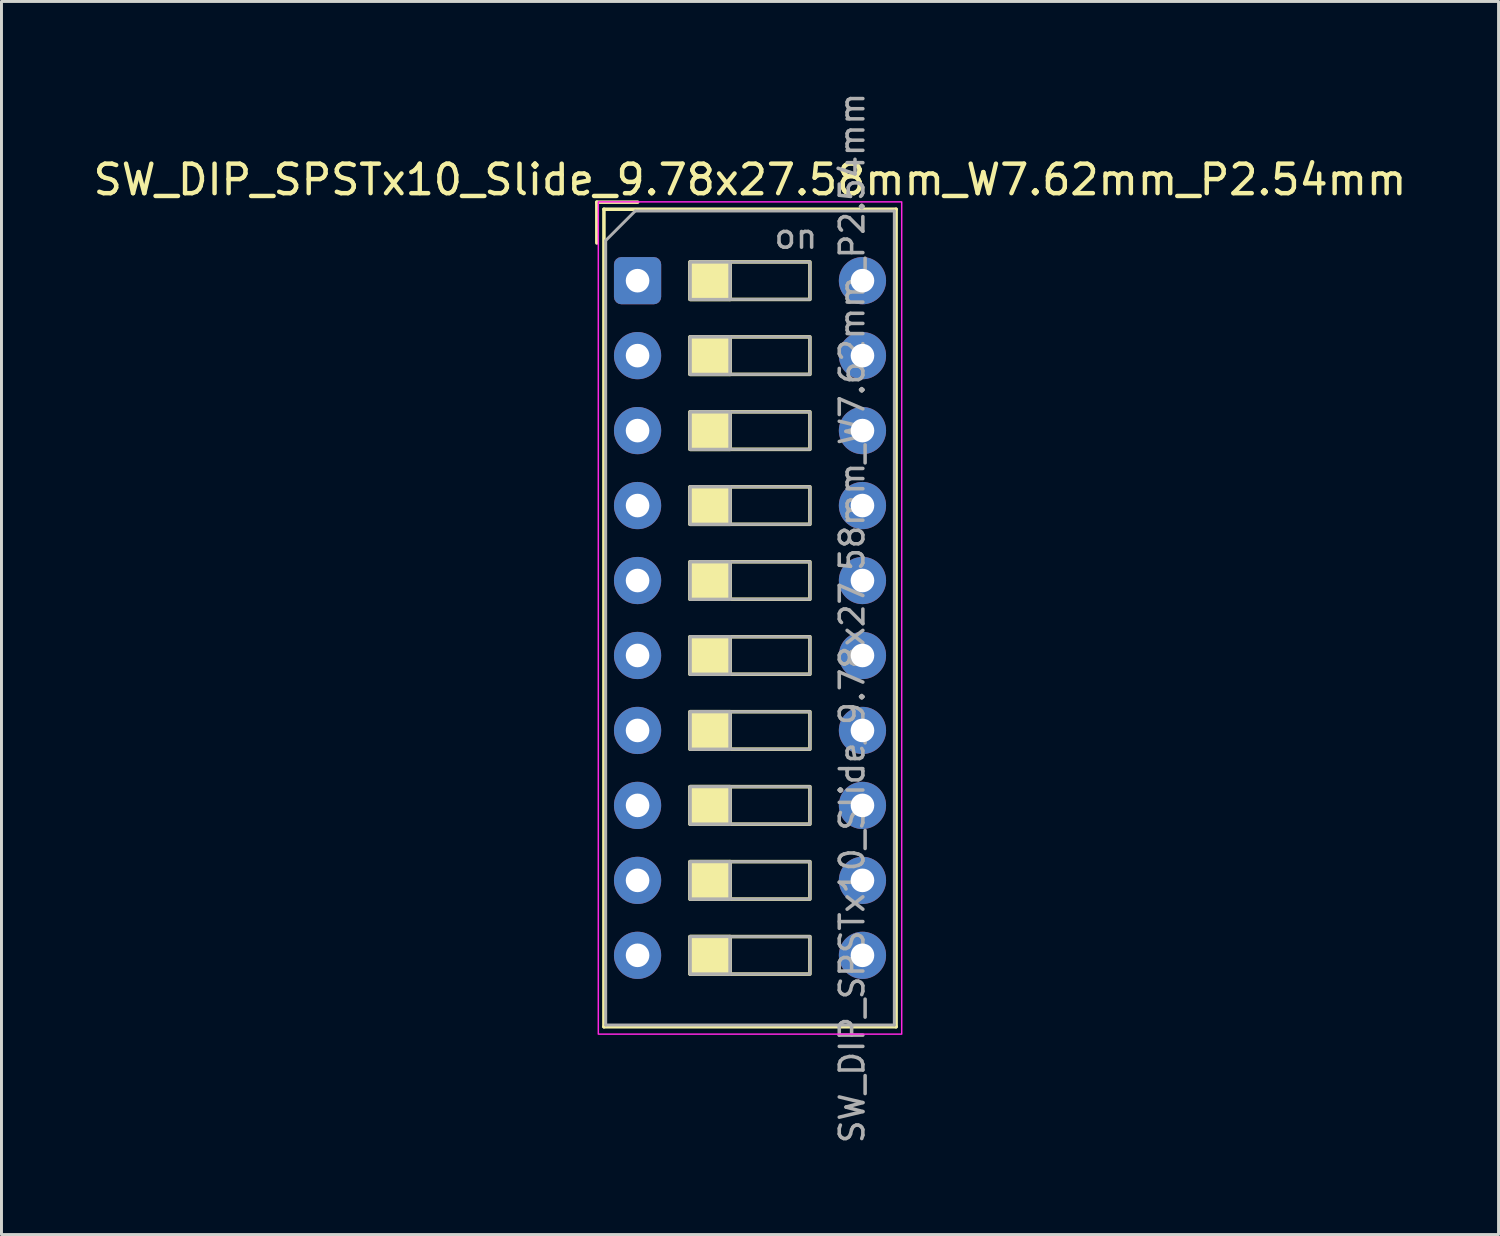
<source format=kicad_pcb>
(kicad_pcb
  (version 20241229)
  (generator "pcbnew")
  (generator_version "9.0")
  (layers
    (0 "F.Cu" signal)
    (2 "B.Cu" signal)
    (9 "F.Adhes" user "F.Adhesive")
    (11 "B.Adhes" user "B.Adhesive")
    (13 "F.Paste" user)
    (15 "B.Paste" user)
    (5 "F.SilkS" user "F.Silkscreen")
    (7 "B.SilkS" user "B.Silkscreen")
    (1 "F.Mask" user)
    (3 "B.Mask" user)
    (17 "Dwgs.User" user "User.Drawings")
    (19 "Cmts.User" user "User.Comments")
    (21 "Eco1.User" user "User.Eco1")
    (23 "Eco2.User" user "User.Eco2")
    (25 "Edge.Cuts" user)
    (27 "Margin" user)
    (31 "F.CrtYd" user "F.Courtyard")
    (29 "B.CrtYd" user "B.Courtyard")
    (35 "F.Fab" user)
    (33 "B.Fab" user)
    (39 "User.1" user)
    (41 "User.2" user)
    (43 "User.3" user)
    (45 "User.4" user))
  (footprint "SW_DIP_SPSTx10_Slide_9.78x27.58mm_W7.62mm_P2.54mm"
    (layer "F.Cu")
    (at 18.553 6.46)
    (property "Reference" "SW_DIP_SPSTx10_Slide_9.78x27.58mm_W7.62mm_P2.54mm" (at 3.81 -3.42 0) (layer "F.SilkS") (effects (font (size 1 1) (thickness 0.15))))
    (attr through_hole)
    (fp_line (start -1.38 -2.66) (end -1.38 -1.277) (stroke (width 0.12) (type solid)) (layer "F.SilkS"))
    (fp_line (start -1.38 -2.66) (end 0.003 -2.66) (stroke (width 0.12) (type solid)) (layer "F.SilkS"))
    (fp_line (start -1.14 -2.42) (end -1.14 25.28) (stroke (width 0.12) (type solid)) (layer "F.SilkS"))
    (fp_line (start -1.14 -2.42) (end 8.76 -2.42) (stroke (width 0.12) (type solid)) (layer "F.SilkS"))
    (fp_line (start -1.14 25.28) (end 8.76 25.28) (stroke (width 0.12) (type solid)) (layer "F.SilkS"))
    (fp_line (start 3.133 -0.635) (end 3.133 0.635) (stroke (width 0.12) (type solid)) (layer "F.SilkS"))
    (fp_line (start 3.133 1.905) (end 3.133 3.175) (stroke (width 0.12) (type solid)) (layer "F.SilkS"))
    (fp_line (start 3.133 4.445) (end 3.133 5.715) (stroke (width 0.12) (type solid)) (layer "F.SilkS"))
    (fp_line (start 3.133 6.985) (end 3.133 8.255) (stroke (width 0.12) (type solid)) (layer "F.SilkS"))
    (fp_line (start 3.133 9.525) (end 3.133 10.795) (stroke (width 0.12) (type solid)) (layer "F.SilkS"))
    (fp_line (start 3.133 12.065) (end 3.133 13.335) (stroke (width 0.12) (type solid)) (layer "F.SilkS"))
    (fp_line (start 3.133 14.605) (end 3.133 15.875) (stroke (width 0.12) (type solid)) (layer "F.SilkS"))
    (fp_line (start 3.133 17.145) (end 3.133 18.415) (stroke (width 0.12) (type solid)) (layer "F.SilkS"))
    (fp_line (start 3.133 19.685) (end 3.133 20.955) (stroke (width 0.12) (type solid)) (layer "F.SilkS"))
    (fp_line (start 3.133 22.225) (end 3.133 23.495) (stroke (width 0.12) (type solid)) (layer "F.SilkS"))
    (fp_line (start 8.76 -2.42) (end 8.76 25.28) (stroke (width 0.12) (type solid)) (layer "F.SilkS"))
    (fp_rect (start 1.78 -0.635) (end 3.133 0.635) (stroke (width 0.12) (type solid)) (fill yes) (layer "F.SilkS"))
    (fp_rect (start 1.78 -0.635) (end 5.84 0.635) (stroke (width 0.12) (type solid)) (fill no) (layer "F.SilkS"))
    (fp_rect (start 1.78 1.905) (end 3.133 3.175) (stroke (width 0.12) (type solid)) (fill yes) (layer "F.SilkS"))
    (fp_rect (start 1.78 1.905) (end 5.84 3.175) (stroke (width 0.12) (type solid)) (fill no) (layer "F.SilkS"))
    (fp_rect (start 1.78 4.445) (end 3.133 5.715) (stroke (width 0.12) (type solid)) (fill yes) (layer "F.SilkS"))
    (fp_rect (start 1.78 4.445) (end 5.84 5.715) (stroke (width 0.12) (type solid)) (fill no) (layer "F.SilkS"))
    (fp_rect (start 1.78 6.985) (end 3.133 8.255) (stroke (width 0.12) (type solid)) (fill yes) (layer "F.SilkS"))
    (fp_rect (start 1.78 6.985) (end 5.84 8.255) (stroke (width 0.12) (type solid)) (fill no) (layer "F.SilkS"))
    (fp_rect (start 1.78 9.525) (end 3.133 10.795) (stroke (width 0.12) (type solid)) (fill yes) (layer "F.SilkS"))
    (fp_rect (start 1.78 9.525) (end 5.84 10.795) (stroke (width 0.12) (type solid)) (fill no) (layer "F.SilkS"))
    (fp_rect (start 1.78 12.065) (end 3.133 13.335) (stroke (width 0.12) (type solid)) (fill yes) (layer "F.SilkS"))
    (fp_rect (start 1.78 12.065) (end 5.84 13.335) (stroke (width 0.12) (type solid)) (fill no) (layer "F.SilkS"))
    (fp_rect (start 1.78 14.605) (end 3.133 15.875) (stroke (width 0.12) (type solid)) (fill yes) (layer "F.SilkS"))
    (fp_rect (start 1.78 14.605) (end 5.84 15.875) (stroke (width 0.12) (type solid)) (fill no) (layer "F.SilkS"))
    (fp_rect (start 1.78 17.145) (end 3.133 18.415) (stroke (width 0.12) (type solid)) (fill yes) (layer "F.SilkS"))
    (fp_rect (start 1.78 17.145) (end 5.84 18.415) (stroke (width 0.12) (type solid)) (fill no) (layer "F.SilkS"))
    (fp_rect (start 1.78 19.685) (end 3.133 20.955) (stroke (width 0.12) (type solid)) (fill yes) (layer "F.SilkS"))
    (fp_rect (start 1.78 19.685) (end 5.84 20.955) (stroke (width 0.12) (type solid)) (fill no) (layer "F.SilkS"))
    (fp_rect (start 1.78 22.225) (end 3.133 23.495) (stroke (width 0.12) (type solid)) (fill yes) (layer "F.SilkS"))
    (fp_rect (start 1.78 22.225) (end 5.84 23.495) (stroke (width 0.12) (type solid)) (fill no) (layer "F.SilkS"))
    (fp_rect (start -1.33 -2.67) (end 8.95 25.53) (stroke (width 0.05) (type solid)) (fill no) (layer "F.CrtYd"))
    (fp_line (start -1.08 -1.36) (end -0.08 -2.36) (stroke (width 0.1) (type solid)) (layer "F.Fab"))
    (fp_line (start -1.08 25.22) (end -1.08 -1.36) (stroke (width 0.1) (type solid)) (layer "F.Fab"))
    (fp_line (start -0.08 -2.36) (end 8.7 -2.36) (stroke (width 0.1) (type solid)) (layer "F.Fab"))
    (fp_line (start 3.133 -0.635) (end 3.133 0.635) (stroke (width 0.1) (type solid)) (layer "F.Fab"))
    (fp_line (start 3.133 1.905) (end 3.133 3.175) (stroke (width 0.1) (type solid)) (layer "F.Fab"))
    (fp_line (start 3.133 4.445) (end 3.133 5.715) (stroke (width 0.1) (type solid)) (layer "F.Fab"))
    (fp_line (start 3.133 6.985) (end 3.133 8.255) (stroke (width 0.1) (type solid)) (layer "F.Fab"))
    (fp_line (start 3.133 9.525) (end 3.133 10.795) (stroke (width 0.1) (type solid)) (layer "F.Fab"))
    (fp_line (start 3.133 12.065) (end 3.133 13.335) (stroke (width 0.1) (type solid)) (layer "F.Fab"))
    (fp_line (start 3.133 14.605) (end 3.133 15.875) (stroke (width 0.1) (type solid)) (layer "F.Fab"))
    (fp_line (start 3.133 17.145) (end 3.133 18.415) (stroke (width 0.1) (type solid)) (layer "F.Fab"))
    (fp_line (start 3.133 19.685) (end 3.133 20.955) (stroke (width 0.1) (type solid)) (layer "F.Fab"))
    (fp_line (start 3.133 22.225) (end 3.133 23.495) (stroke (width 0.1) (type solid)) (layer "F.Fab"))
    (fp_line (start 8.7 -2.36) (end 8.7 25.22) (stroke (width 0.1) (type solid)) (layer "F.Fab"))
    (fp_line (start 8.7 25.22) (end -1.08 25.22) (stroke (width 0.1) (type solid)) (layer "F.Fab"))
    (fp_rect (start 1.78 -0.635) (end 3.133 0.635) (stroke (width 0.1) (type solid)) (fill no) (layer "F.Fab"))
    (fp_rect (start 1.78 -0.635) (end 5.84 0.635) (stroke (width 0.1) (type solid)) (fill no) (layer "F.Fab"))
    (fp_rect (start 1.78 1.905) (end 3.133 3.175) (stroke (width 0.1) (type solid)) (fill no) (layer "F.Fab"))
    (fp_rect (start 1.78 1.905) (end 5.84 3.175) (stroke (width 0.1) (type solid)) (fill no) (layer "F.Fab"))
    (fp_rect (start 1.78 4.445) (end 3.133 5.715) (stroke (width 0.1) (type solid)) (fill no) (layer "F.Fab"))
    (fp_rect (start 1.78 4.445) (end 5.84 5.715) (stroke (width 0.1) (type solid)) (fill no) (layer "F.Fab"))
    (fp_rect (start 1.78 6.985) (end 3.133 8.255) (stroke (width 0.1) (type solid)) (fill no) (layer "F.Fab"))
    (fp_rect (start 1.78 6.985) (end 5.84 8.255) (stroke (width 0.1) (type solid)) (fill no) (layer "F.Fab"))
    (fp_rect (start 1.78 9.525) (end 3.133 10.795) (stroke (width 0.1) (type solid)) (fill no) (layer "F.Fab"))
    (fp_rect (start 1.78 9.525) (end 5.84 10.795) (stroke (width 0.1) (type solid)) (fill no) (layer "F.Fab"))
    (fp_rect (start 1.78 12.065) (end 3.133 13.335) (stroke (width 0.1) (type solid)) (fill no) (layer "F.Fab"))
    (fp_rect (start 1.78 12.065) (end 5.84 13.335) (stroke (width 0.1) (type solid)) (fill no) (layer "F.Fab"))
    (fp_rect (start 1.78 14.605) (end 3.133 15.875) (stroke (width 0.1) (type solid)) (fill no) (layer "F.Fab"))
    (fp_rect (start 1.78 14.605) (end 5.84 15.875) (stroke (width 0.1) (type solid)) (fill no) (layer "F.Fab"))
    (fp_rect (start 1.78 17.145) (end 3.133 18.415) (stroke (width 0.1) (type solid)) (fill no) (layer "F.Fab"))
    (fp_rect (start 1.78 17.145) (end 5.84 18.415) (stroke (width 0.1) (type solid)) (fill no) (layer "F.Fab"))
    (fp_rect (start 1.78 19.685) (end 3.133 20.955) (stroke (width 0.1) (type solid)) (fill no) (layer "F.Fab"))
    (fp_rect (start 1.78 19.685) (end 5.84 20.955) (stroke (width 0.1) (type solid)) (fill no) (layer "F.Fab"))
    (fp_rect (start 1.78 22.225) (end 3.133 23.495) (stroke (width 0.1) (type solid)) (fill no) (layer "F.Fab"))
    (fp_rect (start 1.78 22.225) (end 5.84 23.495) (stroke (width 0.1) (type solid)) (fill no) (layer "F.Fab"))
    (fp_text user "${REFERENCE}" (at 7.27 11.43 90) (layer "F.Fab") (effects (font (size 0.8 0.8) (thickness 0.12))))
    (fp_text user "on" (at 5.365 -1.498 0) (layer "F.Fab") (effects (font (size 0.8 0.8) (thickness 0.12))))
    (pad "1" thru_hole roundrect (at 0 0) (size 1.6 1.6) (drill 0.8) (layers "*.Cu" "*.Mask") (roundrect_rratio 0.156))
    (pad "2" thru_hole circle (at 0 2.54) (size 1.6 1.6) (drill 0.8) (layers "*.Cu" "*.Mask"))
    (pad "3" thru_hole circle (at 0 5.08) (size 1.6 1.6) (drill 0.8) (layers "*.Cu" "*.Mask"))
    (pad "4" thru_hole circle (at 0 7.62) (size 1.6 1.6) (drill 0.8) (layers "*.Cu" "*.Mask"))
    (pad "5" thru_hole circle (at 0 10.16) (size 1.6 1.6) (drill 0.8) (layers "*.Cu" "*.Mask"))
    (pad "6" thru_hole circle (at 0 12.7) (size 1.6 1.6) (drill 0.8) (layers "*.Cu" "*.Mask"))
    (pad "7" thru_hole circle (at 0 15.24) (size 1.6 1.6) (drill 0.8) (layers "*.Cu" "*.Mask"))
    (pad "8" thru_hole circle (at 0 17.78) (size 1.6 1.6) (drill 0.8) (layers "*.Cu" "*.Mask"))
    (pad "9" thru_hole circle (at 0 20.32) (size 1.6 1.6) (drill 0.8) (layers "*.Cu" "*.Mask"))
    (pad "10" thru_hole circle (at 0 22.86) (size 1.6 1.6) (drill 0.8) (layers "*.Cu" "*.Mask"))
    (pad "11" thru_hole circle (at 7.62 22.86) (size 1.6 1.6) (drill 0.8) (layers "*.Cu" "*.Mask"))
    (pad "12" thru_hole circle (at 7.62 20.32) (size 1.6 1.6) (drill 0.8) (layers "*.Cu" "*.Mask"))
    (pad "13" thru_hole circle (at 7.62 17.78) (size 1.6 1.6) (drill 0.8) (layers "*.Cu" "*.Mask"))
    (pad "14" thru_hole circle (at 7.62 15.24) (size 1.6 1.6) (drill 0.8) (layers "*.Cu" "*.Mask"))
    (pad "15" thru_hole circle (at 7.62 12.7) (size 1.6 1.6) (drill 0.8) (layers "*.Cu" "*.Mask"))
    (pad "16" thru_hole circle (at 7.62 10.16) (size 1.6 1.6) (drill 0.8) (layers "*.Cu" "*.Mask"))
    (pad "17" thru_hole circle (at 7.62 7.62) (size 1.6 1.6) (drill 0.8) (layers "*.Cu" "*.Mask"))
    (pad "18" thru_hole circle (at 7.62 5.08) (size 1.6 1.6) (drill 0.8) (layers "*.Cu" "*.Mask"))
    (pad "19" thru_hole circle (at 7.62 2.54) (size 1.6 1.6) (drill 0.8) (layers "*.Cu" "*.Mask"))
    (pad "20" thru_hole circle (at 7.62 0) (size 1.6 1.6) (drill 0.8) (layers "*.Cu" "*.Mask")))
  (gr_rect
    (start -3 -3)
    (end 47.726 38.781)
    (stroke (width 0.1) (type default))
    (fill no)
    (layer "Edge.Cuts")))
</source>
